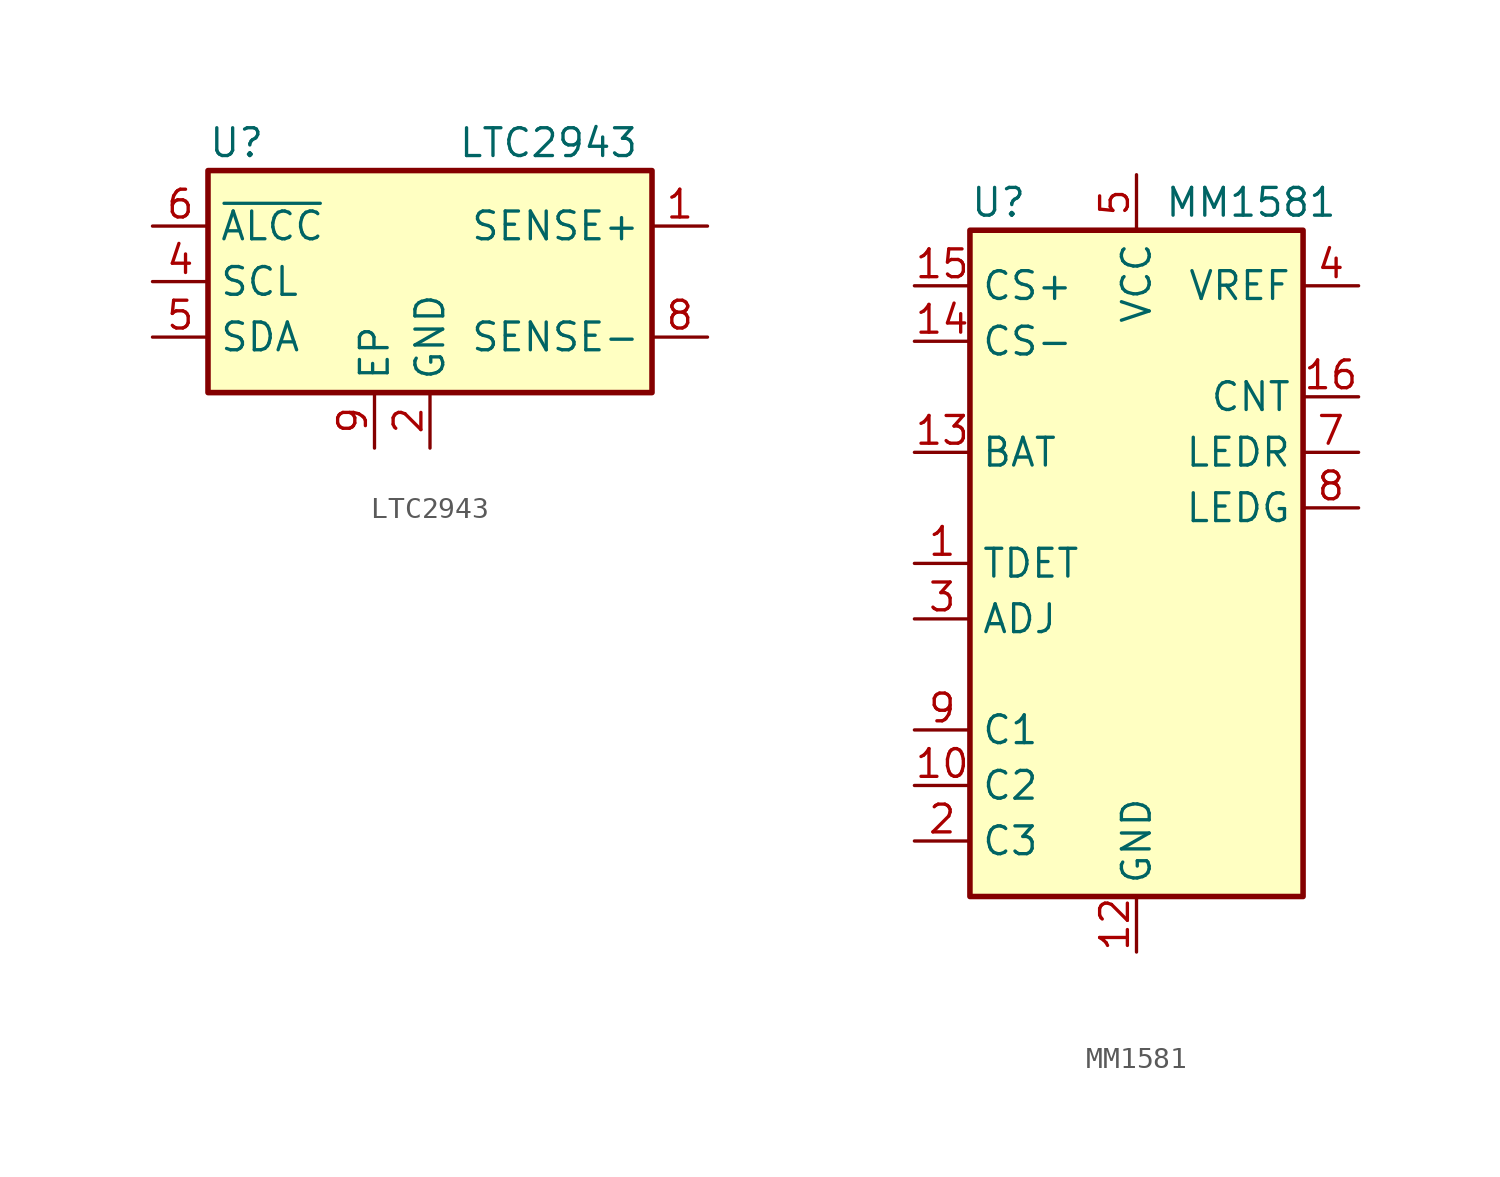
<source format=kicad_sym>
(kicad_symbol_lib
  (version 20231120)
  (generator "kicad_symbol_editor")
  (generator_version "8.0")
  (symbol "LTC2943"
    (property "Reference" "U"
      (at -10.16 6.35 0)
      (effects (font (size 1.27 1.27)) (justify left)))
    (property "Value" "LTC2943"
      (at 1.27 6.35 0)
      (effects (font (size 1.27 1.27)) (justify left)))
    (symbol "LTC2943_0_1"
      (rectangle (start -10.16 5.08) (end 10.16 -5.08) (stroke (width 0.254) (type default)) (fill (type background))))
    (symbol "LTC2943_1_1"
      (pin passive line (at 12.7 2.54 180) (length 2.54) (name "SENSE+" (effects (font (size 1.27 1.27)))) (number "1" (effects (font (size 1.27 1.27)))))
      (pin power_in line (at 0 -7.62 90) (length 2.54) (name "GND" (effects (font (size 1.27 1.27)))) (number "2" (effects (font (size 1.27 1.27)))))
      (pin passive line (at 0 -7.62 90) (length 2.54) hide (name "GND" (effects (font (size 1.27 1.27)))) (number "3" (effects (font (size 1.27 1.27)))))
      (pin input line (at -12.7 0 0) (length 2.54) (name "SCL" (effects (font (size 1.27 1.27)))) (number "4" (effects (font (size 1.27 1.27)))))
      (pin bidirectional line (at -12.7 -2.54 0) (length 2.54) (name "SDA" (effects (font (size 1.27 1.27)))) (number "5" (effects (font (size 1.27 1.27)))))
      (pin bidirectional line (at -12.7 2.54 0) (length 2.54) (name "~{ALCC}" (effects (font (size 1.27 1.27)))) (number "6" (effects (font (size 1.27 1.27)))))
      (pin passive line (at 0 -7.62 90) (length 2.54) hide (name "GND" (effects (font (size 1.27 1.27)))) (number "7" (effects (font (size 1.27 1.27)))))
      (pin passive line (at 12.7 -2.54 180) (length 2.54) (name "SENSE-" (effects (font (size 1.27 1.27)))) (number "8" (effects (font (size 1.27 1.27)))))
      (pin passive line (at -2.54 -7.62 90) (length 2.54) (name "EP" (effects (font (size 1.27 1.27)))) (number "9" (effects (font (size 1.27 1.27)))))))
  (symbol "MM1581"
    (property "Reference" "U"
      (at -7.62 16.51 0)
      (effects (font (size 1.27 1.27)) (justify left)))
    (property "Value" "MM1581"
      (at 1.27 16.51 0)
      (effects (font (size 1.27 1.27)) (justify left)))
    (symbol "MM1581_0_1"
      (rectangle (start -7.62 15.24) (end 7.62 -15.24) (stroke (width 0.254) (type default)) (fill (type background))))
    (symbol "MM1581_1_1"
      (pin input line (at -10.16 0 0) (length 2.54) (name "TDET" (effects (font (size 1.27 1.27)))) (number "1" (effects (font (size 1.27 1.27)))))
      (pin input line (at -10.16 -10.16 0) (length 2.54) (name "C2" (effects (font (size 1.27 1.27)))) (number "10" (effects (font (size 1.27 1.27)))))
      (pin no_connect line (at 7.62 -5.08 180) (length 2.54) hide (name "NC" (effects (font (size 1.27 1.27)))) (number "11" (effects (font (size 1.27 1.27)))))
      (pin power_in line (at 0 -17.78 90) (length 2.54) (name "GND" (effects (font (size 1.27 1.27)))) (number "12" (effects (font (size 1.27 1.27)))))
      (pin passive line (at -10.16 5.08 0) (length 2.54) (name "BAT" (effects (font (size 1.27 1.27)))) (number "13" (effects (font (size 1.27 1.27)))))
      (pin input line (at -10.16 10.16 0) (length 2.54) (name "CS-" (effects (font (size 1.27 1.27)))) (number "14" (effects (font (size 1.27 1.27)))))
      (pin input line (at -10.16 12.7 0) (length 2.54) (name "CS+" (effects (font (size 1.27 1.27)))) (number "15" (effects (font (size 1.27 1.27)))))
      (pin open_collector line (at 10.16 7.62 180) (length 2.54) (name "CNT" (effects (font (size 1.27 1.27)))) (number "16" (effects (font (size 1.27 1.27)))))
      (pin input line (at -10.16 -12.7 0) (length 2.54) (name "C3" (effects (font (size 1.27 1.27)))) (number "2" (effects (font (size 1.27 1.27)))))
      (pin input line (at -10.16 -2.54 0) (length 2.54) (name "ADJ" (effects (font (size 1.27 1.27)))) (number "3" (effects (font (size 1.27 1.27)))))
      (pin power_out line (at 10.16 12.7 180) (length 2.54) (name "VREF" (effects (font (size 1.27 1.27)))) (number "4" (effects (font (size 1.27 1.27)))))
      (pin power_in line (at 0 17.78 270) (length 2.54) (name "VCC" (effects (font (size 1.27 1.27)))) (number "5" (effects (font (size 1.27 1.27)))))
      (pin no_connect line (at 7.62 -2.54 180) (length 2.54) hide (name "NC" (effects (font (size 1.27 1.27)))) (number "6" (effects (font (size 1.27 1.27)))))
      (pin open_collector line (at 10.16 5.08 180) (length 2.54) (name "LEDR" (effects (font (size 1.27 1.27)))) (number "7" (effects (font (size 1.27 1.27)))))
      (pin open_collector line (at 10.16 2.54 180) (length 2.54) (name "LEDG" (effects (font (size 1.27 1.27)))) (number "8" (effects (font (size 1.27 1.27)))))
      (pin input line (at -10.16 -7.62 0) (length 2.54) (name "C1" (effects (font (size 1.27 1.27)))) (number "9" (effects (font (size 1.27 1.27))))))))
</source>
